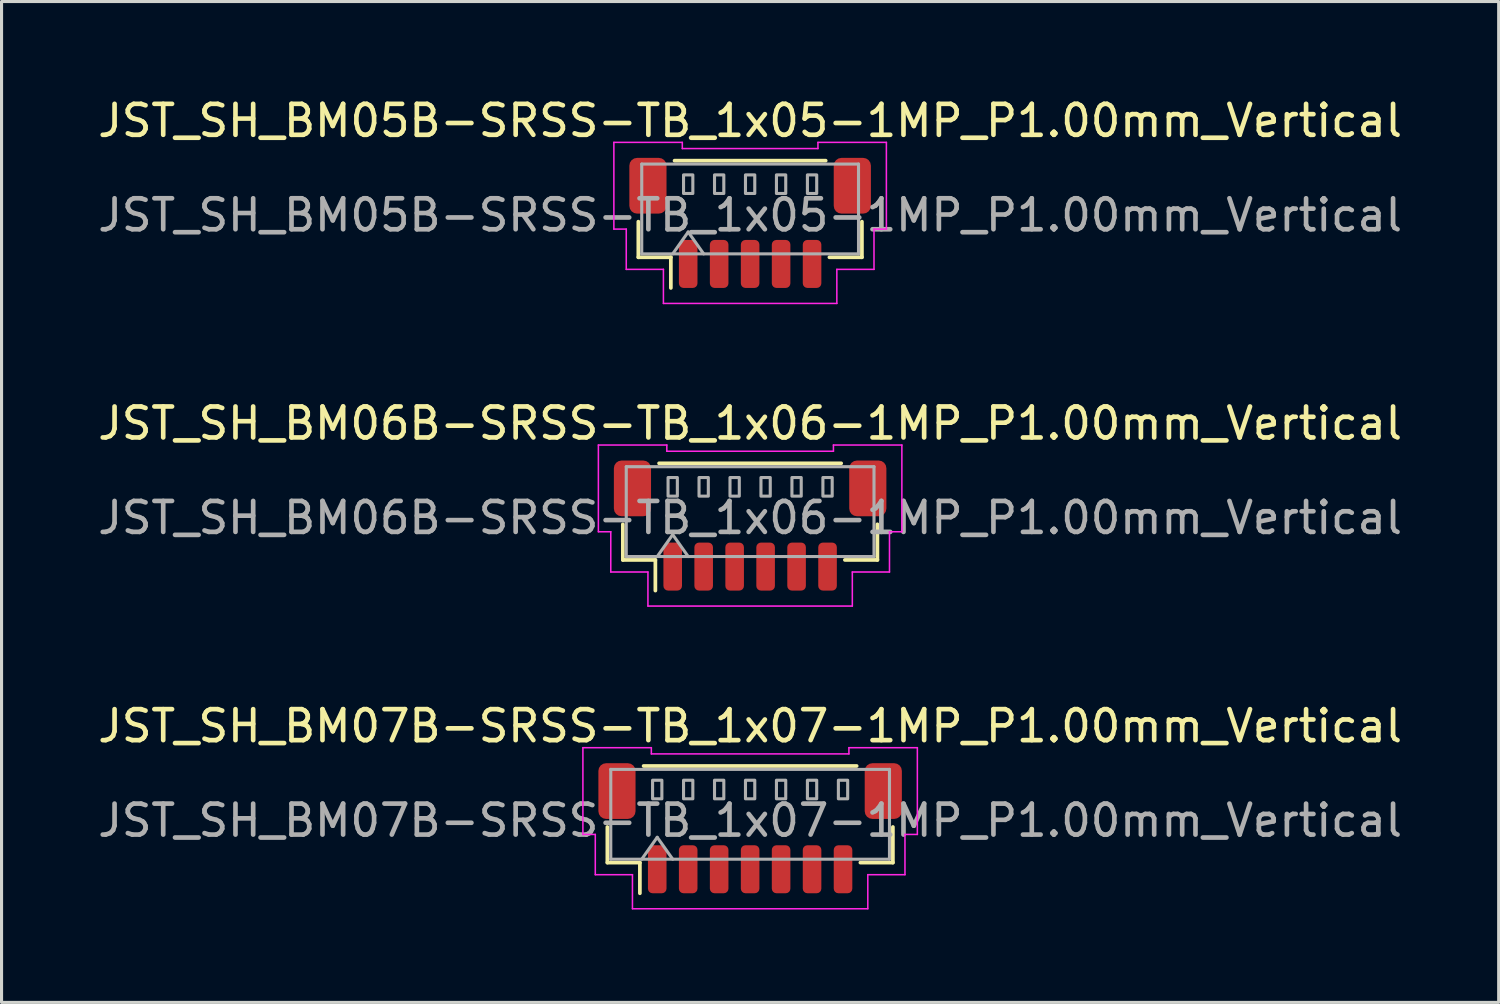
<source format=kicad_pcb>
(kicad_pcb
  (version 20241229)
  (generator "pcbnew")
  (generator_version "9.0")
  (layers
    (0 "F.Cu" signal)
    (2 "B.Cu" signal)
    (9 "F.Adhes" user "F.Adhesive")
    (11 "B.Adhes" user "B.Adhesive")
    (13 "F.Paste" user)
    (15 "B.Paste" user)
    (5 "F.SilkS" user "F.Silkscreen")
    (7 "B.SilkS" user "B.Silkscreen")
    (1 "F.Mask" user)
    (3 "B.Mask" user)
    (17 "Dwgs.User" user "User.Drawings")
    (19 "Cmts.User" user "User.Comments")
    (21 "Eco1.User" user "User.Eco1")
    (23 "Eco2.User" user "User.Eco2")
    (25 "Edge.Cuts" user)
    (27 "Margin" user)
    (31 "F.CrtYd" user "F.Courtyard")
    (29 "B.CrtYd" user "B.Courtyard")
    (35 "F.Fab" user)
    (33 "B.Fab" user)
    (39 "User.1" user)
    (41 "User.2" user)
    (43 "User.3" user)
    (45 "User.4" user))
  (footprint "JST_SH_BM06B-SRSS-TB_1x06-1MP_P1.00mm_Vertical"
    (layer "F.Cu")
    (at 21.173 13.921)
    (property "Reference" "JST_SH_BM06B-SRSS-TB_1x06-1MP_P1.00mm_Vertical" (at 0 -3.3 0) (layer "F.SilkS") (effects (font (size 1 1) (thickness 0.15))))
    (attr smd)
    (fp_line (start -4.11 -0.04) (end -4.11 1.11) (stroke (width 0.12) (type solid)) (layer "F.SilkS"))
    (fp_line (start -4.11 1.11) (end -3.06 1.11) (stroke (width 0.12) (type solid)) (layer "F.SilkS"))
    (fp_line (start -3.06 1.11) (end -3.06 2.1) (stroke (width 0.12) (type solid)) (layer "F.SilkS"))
    (fp_line (start -2.94 -2.01) (end 2.94 -2.01) (stroke (width 0.12) (type solid)) (layer "F.SilkS"))
    (fp_line (start 4.11 -0.04) (end 4.11 1.11) (stroke (width 0.12) (type solid)) (layer "F.SilkS"))
    (fp_line (start 4.11 1.11) (end 3.06 1.11) (stroke (width 0.12) (type solid)) (layer "F.SilkS"))
    (fp_line (start -4.9 -2.6) (end -2.69 -2.6) (stroke (width 0.05) (type solid)) (layer "F.CrtYd"))
    (fp_line (start -4.9 0.2) (end -4.9 -2.6) (stroke (width 0.05) (type solid)) (layer "F.CrtYd"))
    (fp_line (start -4.5 0.2) (end -4.9 0.2) (stroke (width 0.05) (type solid)) (layer "F.CrtYd"))
    (fp_line (start -4.5 1.5) (end -4.5 0.2) (stroke (width 0.05) (type solid)) (layer "F.CrtYd"))
    (fp_line (start -3.3 1.5) (end -4.5 1.5) (stroke (width 0.05) (type solid)) (layer "F.CrtYd"))
    (fp_line (start -3.3 2.6) (end -3.3 1.5) (stroke (width 0.05) (type solid)) (layer "F.CrtYd"))
    (fp_line (start -2.69 -2.6) (end -2.69 -2.4) (stroke (width 0.05) (type solid)) (layer "F.CrtYd"))
    (fp_line (start -2.69 -2.4) (end 2.69 -2.4) (stroke (width 0.05) (type solid)) (layer "F.CrtYd"))
    (fp_line (start 2.69 -2.6) (end 4.9 -2.6) (stroke (width 0.05) (type solid)) (layer "F.CrtYd"))
    (fp_line (start 2.69 -2.4) (end 2.69 -2.6) (stroke (width 0.05) (type solid)) (layer "F.CrtYd"))
    (fp_line (start 3.3 1.5) (end 3.3 2.6) (stroke (width 0.05) (type solid)) (layer "F.CrtYd"))
    (fp_line (start 3.3 2.6) (end -3.3 2.6) (stroke (width 0.05) (type solid)) (layer "F.CrtYd"))
    (fp_line (start 4.5 0.2) (end 4.5 1.5) (stroke (width 0.05) (type solid)) (layer "F.CrtYd"))
    (fp_line (start 4.5 1.5) (end 3.3 1.5) (stroke (width 0.05) (type solid)) (layer "F.CrtYd"))
    (fp_line (start 4.9 -2.6) (end 4.9 0.2) (stroke (width 0.05) (type solid)) (layer "F.CrtYd"))
    (fp_line (start 4.9 0.2) (end 4.5 0.2) (stroke (width 0.05) (type solid)) (layer "F.CrtYd"))
    (fp_line (start -4 -1.9) (end 4 -1.9) (stroke (width 0.1) (type solid)) (layer "F.Fab"))
    (fp_line (start -4 1) (end -4 -1.9) (stroke (width 0.1) (type solid)) (layer "F.Fab"))
    (fp_line (start -4 1) (end 4 1) (stroke (width 0.1) (type solid)) (layer "F.Fab"))
    (fp_line (start -3 1) (end -2.5 0.293) (stroke (width 0.1) (type solid)) (layer "F.Fab"))
    (fp_line (start -2.5 0.293) (end -2 1) (stroke (width 0.1) (type solid)) (layer "F.Fab"))
    (fp_line (start 4 1) (end 4 -1.9) (stroke (width 0.1) (type solid)) (layer "F.Fab"))
    (fp_rect (start -2.65 -1.55) (end -2.35 -0.95) (stroke (width 0.1) (type solid)) (fill no) (layer "F.Fab"))
    (fp_rect (start -1.65 -1.55) (end -1.35 -0.95) (stroke (width 0.1) (type solid)) (fill no) (layer "F.Fab"))
    (fp_rect (start -0.65 -1.55) (end -0.35 -0.95) (stroke (width 0.1) (type solid)) (fill no) (layer "F.Fab"))
    (fp_rect (start 0.35 -1.55) (end 0.65 -0.95) (stroke (width 0.1) (type solid)) (fill no) (layer "F.Fab"))
    (fp_rect (start 1.35 -1.55) (end 1.65 -0.95) (stroke (width 0.1) (type solid)) (fill no) (layer "F.Fab"))
    (fp_rect (start 2.35 -1.55) (end 2.65 -0.95) (stroke (width 0.1) (type solid)) (fill no) (layer "F.Fab"))
    (fp_text user "${REFERENCE}" (at 0 -0.25 0) (layer "F.Fab") (effects (font (size 1 1) (thickness 0.15))))
    (pad "1" smd roundrect (at -2.5 1.325) (size 0.6 1.55) (layers "F.Cu" "F.Mask" "F.Paste") (roundrect_rratio 0.25))
    (pad "2" smd roundrect (at -1.5 1.325) (size 0.6 1.55) (layers "F.Cu" "F.Mask" "F.Paste") (roundrect_rratio 0.25))
    (pad "3" smd roundrect (at -0.5 1.325) (size 0.6 1.55) (layers "F.Cu" "F.Mask" "F.Paste") (roundrect_rratio 0.25))
    (pad "4" smd roundrect (at 0.5 1.325) (size 0.6 1.55) (layers "F.Cu" "F.Mask" "F.Paste") (roundrect_rratio 0.25))
    (pad "5" smd roundrect (at 1.5 1.325) (size 0.6 1.55) (layers "F.Cu" "F.Mask" "F.Paste") (roundrect_rratio 0.25))
    (pad "6" smd roundrect (at 2.5 1.325) (size 0.6 1.55) (layers "F.Cu" "F.Mask" "F.Paste") (roundrect_rratio 0.25))
    (pad "MP" smd roundrect (at -3.8 -1.2) (size 1.2 1.8) (layers "F.Cu" "F.Mask" "F.Paste") (roundrect_rratio 0.208))
    (pad "MP" smd roundrect (at 3.8 -1.2) (size 1.2 1.8) (layers "F.Cu" "F.Mask" "F.Paste") (roundrect_rratio 0.208)))
  (footprint "JST_SH_BM05B-SRSS-TB_1x05-1MP_P1.00mm_Vertical"
    (layer "F.Cu")
    (at 21.173 4.148)
    (property "Reference" "JST_SH_BM05B-SRSS-TB_1x05-1MP_P1.00mm_Vertical" (at 0 -3.3 0) (layer "F.SilkS") (effects (font (size 1 1) (thickness 0.15))))
    (attr smd)
    (fp_line (start -3.61 -0.04) (end -3.61 1.11) (stroke (width 0.12) (type solid)) (layer "F.SilkS"))
    (fp_line (start -3.61 1.11) (end -2.56 1.11) (stroke (width 0.12) (type solid)) (layer "F.SilkS"))
    (fp_line (start -2.56 1.11) (end -2.56 2.1) (stroke (width 0.12) (type solid)) (layer "F.SilkS"))
    (fp_line (start -2.44 -2.01) (end 2.44 -2.01) (stroke (width 0.12) (type solid)) (layer "F.SilkS"))
    (fp_line (start 3.61 -0.04) (end 3.61 1.11) (stroke (width 0.12) (type solid)) (layer "F.SilkS"))
    (fp_line (start 3.61 1.11) (end 2.56 1.11) (stroke (width 0.12) (type solid)) (layer "F.SilkS"))
    (fp_line (start -4.4 -2.6) (end -2.19 -2.6) (stroke (width 0.05) (type solid)) (layer "F.CrtYd"))
    (fp_line (start -4.4 0.2) (end -4.4 -2.6) (stroke (width 0.05) (type solid)) (layer "F.CrtYd"))
    (fp_line (start -4 0.2) (end -4.4 0.2) (stroke (width 0.05) (type solid)) (layer "F.CrtYd"))
    (fp_line (start -4 1.5) (end -4 0.2) (stroke (width 0.05) (type solid)) (layer "F.CrtYd"))
    (fp_line (start -2.8 1.5) (end -4 1.5) (stroke (width 0.05) (type solid)) (layer "F.CrtYd"))
    (fp_line (start -2.8 2.6) (end -2.8 1.5) (stroke (width 0.05) (type solid)) (layer "F.CrtYd"))
    (fp_line (start -2.19 -2.6) (end -2.19 -2.4) (stroke (width 0.05) (type solid)) (layer "F.CrtYd"))
    (fp_line (start -2.19 -2.4) (end 2.19 -2.4) (stroke (width 0.05) (type solid)) (layer "F.CrtYd"))
    (fp_line (start 2.19 -2.6) (end 4.4 -2.6) (stroke (width 0.05) (type solid)) (layer "F.CrtYd"))
    (fp_line (start 2.19 -2.4) (end 2.19 -2.6) (stroke (width 0.05) (type solid)) (layer "F.CrtYd"))
    (fp_line (start 2.8 1.5) (end 2.8 2.6) (stroke (width 0.05) (type solid)) (layer "F.CrtYd"))
    (fp_line (start 2.8 2.6) (end -2.8 2.6) (stroke (width 0.05) (type solid)) (layer "F.CrtYd"))
    (fp_line (start 4 0.2) (end 4 1.5) (stroke (width 0.05) (type solid)) (layer "F.CrtYd"))
    (fp_line (start 4 1.5) (end 2.8 1.5) (stroke (width 0.05) (type solid)) (layer "F.CrtYd"))
    (fp_line (start 4.4 -2.6) (end 4.4 0.2) (stroke (width 0.05) (type solid)) (layer "F.CrtYd"))
    (fp_line (start 4.4 0.2) (end 4 0.2) (stroke (width 0.05) (type solid)) (layer "F.CrtYd"))
    (fp_line (start -3.5 -1.9) (end 3.5 -1.9) (stroke (width 0.1) (type solid)) (layer "F.Fab"))
    (fp_line (start -3.5 1) (end -3.5 -1.9) (stroke (width 0.1) (type solid)) (layer "F.Fab"))
    (fp_line (start -3.5 1) (end 3.5 1) (stroke (width 0.1) (type solid)) (layer "F.Fab"))
    (fp_line (start -2.5 1) (end -2 0.293) (stroke (width 0.1) (type solid)) (layer "F.Fab"))
    (fp_line (start -2 0.293) (end -1.5 1) (stroke (width 0.1) (type solid)) (layer "F.Fab"))
    (fp_line (start 3.5 1) (end 3.5 -1.9) (stroke (width 0.1) (type solid)) (layer "F.Fab"))
    (fp_rect (start -2.15 -1.55) (end -1.85 -0.95) (stroke (width 0.1) (type solid)) (fill no) (layer "F.Fab"))
    (fp_rect (start -1.15 -1.55) (end -0.85 -0.95) (stroke (width 0.1) (type solid)) (fill no) (layer "F.Fab"))
    (fp_rect (start -0.15 -1.55) (end 0.15 -0.95) (stroke (width 0.1) (type solid)) (fill no) (layer "F.Fab"))
    (fp_rect (start 0.85 -1.55) (end 1.15 -0.95) (stroke (width 0.1) (type solid)) (fill no) (layer "F.Fab"))
    (fp_rect (start 1.85 -1.55) (end 2.15 -0.95) (stroke (width 0.1) (type solid)) (fill no) (layer "F.Fab"))
    (fp_text user "${REFERENCE}" (at 0 -0.25 0) (layer "F.Fab") (effects (font (size 1 1) (thickness 0.15))))
    (pad "1" smd roundrect (at -2 1.325) (size 0.6 1.55) (layers "F.Cu" "F.Mask" "F.Paste") (roundrect_rratio 0.25))
    (pad "2" smd roundrect (at -1 1.325) (size 0.6 1.55) (layers "F.Cu" "F.Mask" "F.Paste") (roundrect_rratio 0.25))
    (pad "3" smd roundrect (at 0 1.325) (size 0.6 1.55) (layers "F.Cu" "F.Mask" "F.Paste") (roundrect_rratio 0.25))
    (pad "4" smd roundrect (at 1 1.325) (size 0.6 1.55) (layers "F.Cu" "F.Mask" "F.Paste") (roundrect_rratio 0.25))
    (pad "5" smd roundrect (at 2 1.325) (size 0.6 1.55) (layers "F.Cu" "F.Mask" "F.Paste") (roundrect_rratio 0.25))
    (pad "MP" smd roundrect (at -3.3 -1.2) (size 1.2 1.8) (layers "F.Cu" "F.Mask" "F.Paste") (roundrect_rratio 0.208))
    (pad "MP" smd roundrect (at 3.3 -1.2) (size 1.2 1.8) (layers "F.Cu" "F.Mask" "F.Paste") (roundrect_rratio 0.208)))
  (footprint "JST_SH_BM07B-SRSS-TB_1x07-1MP_P1.00mm_Vertical"
    (layer "F.Cu")
    (at 21.173 23.695)
    (property "Reference" "JST_SH_BM07B-SRSS-TB_1x07-1MP_P1.00mm_Vertical" (at 0 -3.3 0) (layer "F.SilkS") (effects (font (size 1 1) (thickness 0.15))))
    (attr smd)
    (fp_line (start -4.61 -0.04) (end -4.61 1.11) (stroke (width 0.12) (type solid)) (layer "F.SilkS"))
    (fp_line (start -4.61 1.11) (end -3.56 1.11) (stroke (width 0.12) (type solid)) (layer "F.SilkS"))
    (fp_line (start -3.56 1.11) (end -3.56 2.1) (stroke (width 0.12) (type solid)) (layer "F.SilkS"))
    (fp_line (start -3.44 -2.01) (end 3.44 -2.01) (stroke (width 0.12) (type solid)) (layer "F.SilkS"))
    (fp_line (start 4.61 -0.04) (end 4.61 1.11) (stroke (width 0.12) (type solid)) (layer "F.SilkS"))
    (fp_line (start 4.61 1.11) (end 3.56 1.11) (stroke (width 0.12) (type solid)) (layer "F.SilkS"))
    (fp_line (start -5.4 -2.6) (end -3.19 -2.6) (stroke (width 0.05) (type solid)) (layer "F.CrtYd"))
    (fp_line (start -5.4 0.2) (end -5.4 -2.6) (stroke (width 0.05) (type solid)) (layer "F.CrtYd"))
    (fp_line (start -5 0.2) (end -5.4 0.2) (stroke (width 0.05) (type solid)) (layer "F.CrtYd"))
    (fp_line (start -5 1.5) (end -5 0.2) (stroke (width 0.05) (type solid)) (layer "F.CrtYd"))
    (fp_line (start -3.8 1.5) (end -5 1.5) (stroke (width 0.05) (type solid)) (layer "F.CrtYd"))
    (fp_line (start -3.8 2.6) (end -3.8 1.5) (stroke (width 0.05) (type solid)) (layer "F.CrtYd"))
    (fp_line (start -3.19 -2.6) (end -3.19 -2.4) (stroke (width 0.05) (type solid)) (layer "F.CrtYd"))
    (fp_line (start -3.19 -2.4) (end 3.19 -2.4) (stroke (width 0.05) (type solid)) (layer "F.CrtYd"))
    (fp_line (start 3.19 -2.6) (end 5.4 -2.6) (stroke (width 0.05) (type solid)) (layer "F.CrtYd"))
    (fp_line (start 3.19 -2.4) (end 3.19 -2.6) (stroke (width 0.05) (type solid)) (layer "F.CrtYd"))
    (fp_line (start 3.8 1.5) (end 3.8 2.6) (stroke (width 0.05) (type solid)) (layer "F.CrtYd"))
    (fp_line (start 3.8 2.6) (end -3.8 2.6) (stroke (width 0.05) (type solid)) (layer "F.CrtYd"))
    (fp_line (start 5 0.2) (end 5 1.5) (stroke (width 0.05) (type solid)) (layer "F.CrtYd"))
    (fp_line (start 5 1.5) (end 3.8 1.5) (stroke (width 0.05) (type solid)) (layer "F.CrtYd"))
    (fp_line (start 5.4 -2.6) (end 5.4 0.2) (stroke (width 0.05) (type solid)) (layer "F.CrtYd"))
    (fp_line (start 5.4 0.2) (end 5 0.2) (stroke (width 0.05) (type solid)) (layer "F.CrtYd"))
    (fp_line (start -4.5 -1.9) (end 4.5 -1.9) (stroke (width 0.1) (type solid)) (layer "F.Fab"))
    (fp_line (start -4.5 1) (end -4.5 -1.9) (stroke (width 0.1) (type solid)) (layer "F.Fab"))
    (fp_line (start -4.5 1) (end 4.5 1) (stroke (width 0.1) (type solid)) (layer "F.Fab"))
    (fp_line (start -3.5 1) (end -3 0.293) (stroke (width 0.1) (type solid)) (layer "F.Fab"))
    (fp_line (start -3 0.293) (end -2.5 1) (stroke (width 0.1) (type solid)) (layer "F.Fab"))
    (fp_line (start 4.5 1) (end 4.5 -1.9) (stroke (width 0.1) (type solid)) (layer "F.Fab"))
    (fp_rect (start -3.15 -1.55) (end -2.85 -0.95) (stroke (width 0.1) (type solid)) (fill no) (layer "F.Fab"))
    (fp_rect (start -2.15 -1.55) (end -1.85 -0.95) (stroke (width 0.1) (type solid)) (fill no) (layer "F.Fab"))
    (fp_rect (start -1.15 -1.55) (end -0.85 -0.95) (stroke (width 0.1) (type solid)) (fill no) (layer "F.Fab"))
    (fp_rect (start -0.15 -1.55) (end 0.15 -0.95) (stroke (width 0.1) (type solid)) (fill no) (layer "F.Fab"))
    (fp_rect (start 0.85 -1.55) (end 1.15 -0.95) (stroke (width 0.1) (type solid)) (fill no) (layer "F.Fab"))
    (fp_rect (start 1.85 -1.55) (end 2.15 -0.95) (stroke (width 0.1) (type solid)) (fill no) (layer "F.Fab"))
    (fp_rect (start 2.85 -1.55) (end 3.15 -0.95) (stroke (width 0.1) (type solid)) (fill no) (layer "F.Fab"))
    (fp_text user "${REFERENCE}" (at 0 -0.25 0) (layer "F.Fab") (effects (font (size 1 1) (thickness 0.15))))
    (pad "1" smd roundrect (at -3 1.325) (size 0.6 1.55) (layers "F.Cu" "F.Mask" "F.Paste") (roundrect_rratio 0.25))
    (pad "2" smd roundrect (at -2 1.325) (size 0.6 1.55) (layers "F.Cu" "F.Mask" "F.Paste") (roundrect_rratio 0.25))
    (pad "3" smd roundrect (at -1 1.325) (size 0.6 1.55) (layers "F.Cu" "F.Mask" "F.Paste") (roundrect_rratio 0.25))
    (pad "4" smd roundrect (at 0 1.325) (size 0.6 1.55) (layers "F.Cu" "F.Mask" "F.Paste") (roundrect_rratio 0.25))
    (pad "5" smd roundrect (at 1 1.325) (size 0.6 1.55) (layers "F.Cu" "F.Mask" "F.Paste") (roundrect_rratio 0.25))
    (pad "6" smd roundrect (at 2 1.325) (size 0.6 1.55) (layers "F.Cu" "F.Mask" "F.Paste") (roundrect_rratio 0.25))
    (pad "7" smd roundrect (at 3 1.325) (size 0.6 1.55) (layers "F.Cu" "F.Mask" "F.Paste") (roundrect_rratio 0.25))
    (pad "MP" smd roundrect (at -4.3 -1.2) (size 1.2 1.8) (layers "F.Cu" "F.Mask" "F.Paste") (roundrect_rratio 0.208))
    (pad "MP" smd roundrect (at 4.3 -1.2) (size 1.2 1.8) (layers "F.Cu" "F.Mask" "F.Paste") (roundrect_rratio 0.208)))
  (gr_rect
    (start -3 -3)
    (end 45.345 29.32)
    (stroke (width 0.1) (type default))
    (fill no)
    (layer "Edge.Cuts")))
</source>
